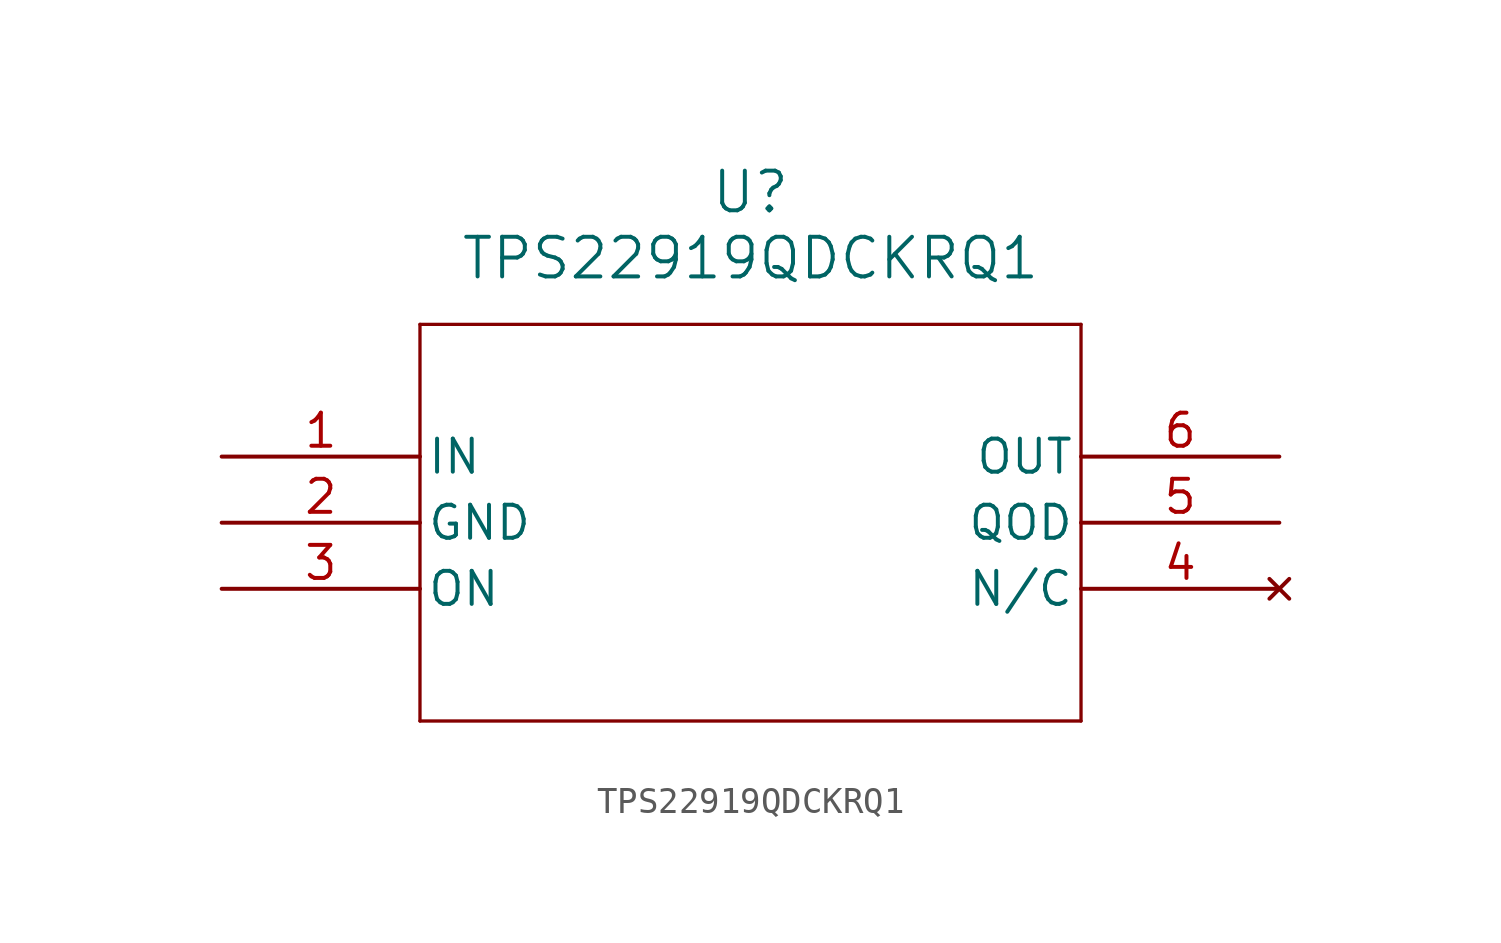
<source format=kicad_sym>
(kicad_symbol_lib
  (version 20211014)
  (generator kicad_symbol_editor)
  (symbol "TPS22919QDCKRQ1"
    (pin_names
      (offset 0.254))
    (property "Reference" "U"
      (at 20.32 10.16 0)
      (effects (font (size 1.524 1.524))))
    (property "Value" "TPS22919QDCKRQ1"
      (at 20.32 7.62 0)
      (effects (font (size 1.524 1.524))))
    (symbol "TPS22919QDCKRQ1_0_1"
      (polyline (pts (xy 7.62 5.08) (xy 7.62 -10.16)) (stroke (width 0.127) (type default) (color 0 0 0 0)) (fill (type none)))
      (polyline (pts (xy 7.62 -10.16) (xy 33.02 -10.16)) (stroke (width 0.127) (type default) (color 0 0 0 0)) (fill (type none)))
      (polyline (pts (xy 33.02 -10.16) (xy 33.02 5.08)) (stroke (width 0.127) (type default) (color 0 0 0 0)) (fill (type none)))
      (polyline (pts (xy 33.02 5.08) (xy 7.62 5.08)) (stroke (width 0.127) (type default) (color 0 0 0 0)) (fill (type none)))
      (pin unspecified line (at 0 0 0) (length 7.62) (name "IN" (effects (font (size 1.27 1.27)))) (number "1" (effects (font (size 1.27 1.27)))))
      (pin power_out line (at 0 -2.54 0) (length 7.62) (name "GND" (effects (font (size 1.27 1.27)))) (number "2" (effects (font (size 1.27 1.27)))))
      (pin unspecified line (at 0 -5.08 0) (length 7.62) (name "ON" (effects (font (size 1.27 1.27)))) (number "3" (effects (font (size 1.27 1.27)))))
      (pin no_connect line (at 40.64 -5.08 180) (length 7.62) (name "N/C" (effects (font (size 1.27 1.27)))) (number "4" (effects (font (size 1.27 1.27)))))
      (pin unspecified line (at 40.64 -2.54 180) (length 7.62) (name "QOD" (effects (font (size 1.27 1.27)))) (number "5" (effects (font (size 1.27 1.27)))))
      (pin output line (at 40.64 0 180) (length 7.62) (name "OUT" (effects (font (size 1.27 1.27)))) (number "6" (effects (font (size 1.27 1.27))))))))
</source>
